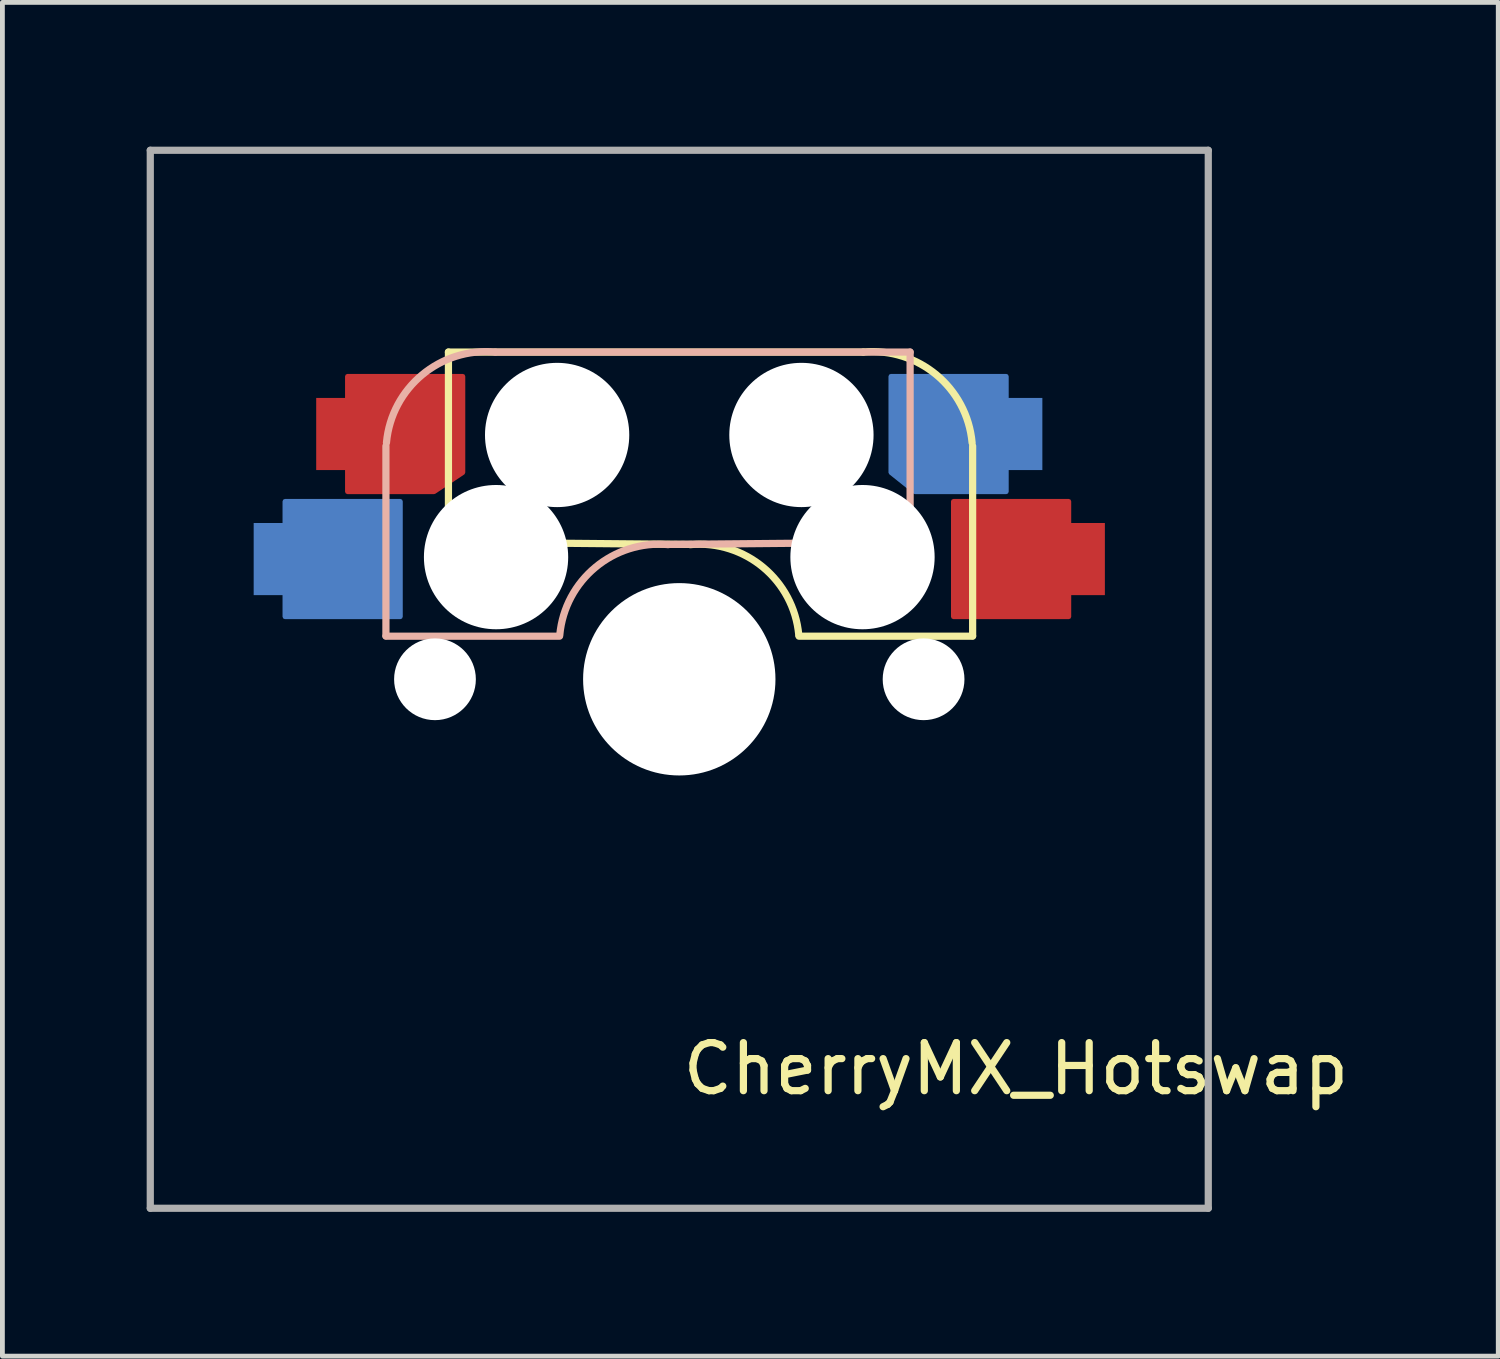
<source format=kicad_pcb>
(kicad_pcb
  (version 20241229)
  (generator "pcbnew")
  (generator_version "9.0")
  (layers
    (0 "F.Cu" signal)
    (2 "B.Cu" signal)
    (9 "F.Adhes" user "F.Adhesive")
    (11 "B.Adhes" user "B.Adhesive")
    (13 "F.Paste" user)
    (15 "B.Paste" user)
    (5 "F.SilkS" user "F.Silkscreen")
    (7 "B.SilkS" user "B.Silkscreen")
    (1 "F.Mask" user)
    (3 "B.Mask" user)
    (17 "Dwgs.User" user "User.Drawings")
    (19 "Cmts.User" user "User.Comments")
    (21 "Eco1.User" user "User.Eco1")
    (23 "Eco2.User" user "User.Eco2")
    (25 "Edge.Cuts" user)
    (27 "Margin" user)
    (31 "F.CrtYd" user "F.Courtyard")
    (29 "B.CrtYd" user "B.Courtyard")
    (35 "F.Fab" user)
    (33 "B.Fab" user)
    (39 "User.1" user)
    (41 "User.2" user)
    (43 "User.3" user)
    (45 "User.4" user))
  (footprint "CherryMX_Hotswap"
    (layer "F.Cu")
    (at 11.075 11.075)
    (property "Reference" "CherryMX_Hotswap" (at 7 8.1 0) (layer "F.SilkS") (effects (font (size 1 1) (thickness 0.15))))
    (attr through_hole)
    (fp_line (start -4.8 -6.804) (end 3.825 -6.804) (stroke (width 0.15) (type solid)) (layer "F.SilkS"))
    (fp_line (start -4.8 -2.896) (end -4.8 -6.804) (stroke (width 0.15) (type solid)) (layer "F.SilkS"))
    (fp_line (start -4.8 -2.85) (end 0.25 -2.804) (stroke (width 0.15) (type solid)) (layer "F.SilkS"))
    (fp_line (start 6.1 -4.85) (end 6.1 -0.905) (stroke (width 0.15) (type solid)) (layer "F.SilkS"))
    (fp_line (start 6.1 -0.896) (end 2.49 -0.896) (stroke (width 0.15) (type solid)) (layer "F.SilkS"))
    (fp_arc (start 0.225 -2.8) (mid 1.744361 -2.328062) (end 2.485001 -0.920001) (stroke (width 0.15) (type solid)) (layer "F.SilkS"))
    (fp_arc (start 3.825 -6.804) (mid 5.347189 -6.33089) (end 6.089 -4.92) (stroke (width 0.15) (type solid)) (layer "F.SilkS"))
    (fp_line (start -6.1 -4.85) (end -6.1 -0.905) (stroke (width 0.15) (type solid)) (layer "B.SilkS"))
    (fp_line (start -6.1 -0.896) (end -2.49 -0.896) (stroke (width 0.15) (type solid)) (layer "B.SilkS"))
    (fp_line (start 4.8 -6.804) (end -3.825 -6.804) (stroke (width 0.15) (type solid)) (layer "B.SilkS"))
    (fp_line (start 4.8 -2.896) (end 4.8 -6.804) (stroke (width 0.15) (type solid)) (layer "B.SilkS"))
    (fp_line (start 4.8 -2.85) (end -0.25 -2.804) (stroke (width 0.15) (type solid)) (layer "B.SilkS"))
    (fp_arc (start -6.089 -4.92) (mid -5.347189 -6.33089) (end -3.825 -6.804) (stroke (width 0.15) (type solid)) (layer "B.SilkS"))
    (fp_arc (start -2.484999 -0.920001) (mid -1.74436 -2.328062) (end -0.225 -2.8) (stroke (width 0.15) (type solid)) (layer "B.SilkS"))
    (fp_line (start -9.5 -9.5) (end 9.5 -9.5) (stroke (width 0.1) (type default)) (layer "Eco1.User"))
    (fp_line (start -9.5 9.5) (end -9.5 -9.5) (stroke (width 0.1) (type default)) (layer "Eco1.User"))
    (fp_line (start -9 -9.5) (end -9 -9.5) (stroke (width 0.1) (type default)) (layer "Eco1.User"))
    (fp_line (start -9 -9) (end 9 -9) (stroke (width 0.15) (type solid)) (layer "Eco1.User"))
    (fp_line (start -9 9) (end -9 -9) (stroke (width 0.15) (type solid)) (layer "Eco1.User"))
    (fp_line (start 9 -9) (end 9 9) (stroke (width 0.15) (type solid)) (layer "Eco1.User"))
    (fp_line (start 9 9) (end -9 9) (stroke (width 0.15) (type solid)) (layer "Eco1.User"))
    (fp_line (start 9.5 -9.5) (end 9.5 9.5) (stroke (width 0.1) (type default)) (layer "Eco1.User"))
    (fp_line (start 9.5 9.5) (end -9.5 9.5) (stroke (width 0.1) (type default)) (layer "Eco1.User"))
    (fp_line (start -7 -7) (end 7 -7) (stroke (width 0.15) (type solid)) (layer "Eco2.User"))
    (fp_line (start -7 7) (end -7 -7) (stroke (width 0.15) (type solid)) (layer "Eco2.User"))
    (fp_line (start 7 -7) (end 7 7) (stroke (width 0.15) (type solid)) (layer "Eco2.User"))
    (fp_line (start 7 7) (end -7 7) (stroke (width 0.15) (type solid)) (layer "Eco2.User"))
    (fp_line (start -11 -11) (end -11 11) (stroke (width 0.15) (type solid)) (layer "F.Fab"))
    (fp_line (start -11 11) (end 11 11) (stroke (width 0.15) (type solid)) (layer "F.Fab"))
    (fp_line (start 11 -11) (end -11 -11) (stroke (width 0.15) (type solid)) (layer "F.Fab"))
    (fp_line (start 11 11) (end 11 -11) (stroke (width 0.15) (type solid)) (layer "F.Fab"))
    (pad "" np_thru_hole circle (at -5.08 0) (size 1.7 1.7) (drill 1.7) (layers "*.Cu" "*.Mask"))
    (pad "" np_thru_hole circle (at -3.81 -2.54 180) (size 3 3) (drill 3) (layers "*.Cu" "*.Mask"))
    (pad "" np_thru_hole circle (at -2.54 -5.08 180) (size 3 3) (drill 3) (layers "*.Cu" "*.Mask"))
    (pad "" np_thru_hole circle (at 0 0 90) (size 4 4) (drill 4) (layers "*.Cu" "*.Mask"))
    (pad "" np_thru_hole circle (at 2.54 -5.08 180) (size 3 3) (drill 3) (layers "*.Cu" "*.Mask"))
    (pad "" np_thru_hole circle (at 3.81 -2.54 180) (size 3 3) (drill 3) (layers "*.Cu" "*.Mask"))
    (pad "" np_thru_hole circle (at 5.08 0) (size 1.7 1.7) (drill 1.7) (layers "*.Cu" "*.Mask"))
    (pad "1" smd custom (at -8.5 -2.5) (size 0.7 1.5) (layers "B.Cu" "B.Mask" "B.Paste") (options (anchor rect)) (primitives (gr_poly (pts (xy 0.3 -1.2) (xy 2.7 -1.2) (xy 2.7 1.2) (xy 0.3 1.2)) (width 0.1) (fill yes))))
    (pad "1" smd custom (at -7.2 -5.1) (size 0.7 1.5) (layers "F.Cu" "F.Mask" "F.Paste") (options (anchor rect)) (primitives (gr_poly (pts (xy 0.3 -1.2) (xy 0.3 1.2) (xy 2.1 1.2) (xy 2.7 0.8) (xy 2.7 -1.2)) (width 0.1) (fill yes))))
    (pad "2" smd custom (at 7.2 -5.1) (size 0.7 1.5) (layers "B.Cu" "B.Mask" "B.Paste") (options (anchor rect)) (primitives (gr_poly (pts (xy -0.4 -1.2) (xy -2.8 -1.2) (xy -2.8 0.8) (xy -2.3 1.2) (xy -0.4 1.2)) (width 0.1) (fill yes))))
    (pad "2" smd custom (at 8.5 -2.5) (size 0.7 1.5) (layers "F.Cu" "F.Mask" "F.Paste") (options (anchor rect)) (primitives (gr_poly (pts (xy -2.8 -1.2) (xy -0.4 -1.2) (xy -0.4 1.2) (xy -2.8 1.2)) (width 0.1) (fill yes)))))
  (gr_rect
    (start -3 -3)
    (end 28.105 25.15)
    (stroke (width 0.1) (type default))
    (fill no)
    (layer "Edge.Cuts")))
</source>
